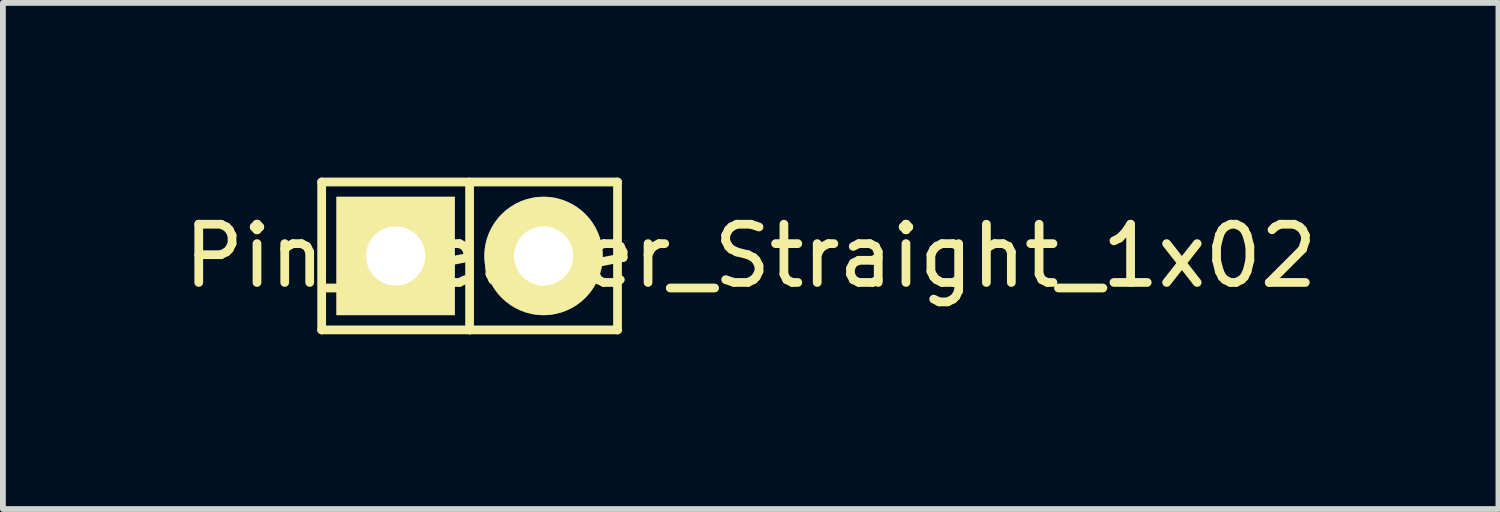
<source format=kicad_pcb>
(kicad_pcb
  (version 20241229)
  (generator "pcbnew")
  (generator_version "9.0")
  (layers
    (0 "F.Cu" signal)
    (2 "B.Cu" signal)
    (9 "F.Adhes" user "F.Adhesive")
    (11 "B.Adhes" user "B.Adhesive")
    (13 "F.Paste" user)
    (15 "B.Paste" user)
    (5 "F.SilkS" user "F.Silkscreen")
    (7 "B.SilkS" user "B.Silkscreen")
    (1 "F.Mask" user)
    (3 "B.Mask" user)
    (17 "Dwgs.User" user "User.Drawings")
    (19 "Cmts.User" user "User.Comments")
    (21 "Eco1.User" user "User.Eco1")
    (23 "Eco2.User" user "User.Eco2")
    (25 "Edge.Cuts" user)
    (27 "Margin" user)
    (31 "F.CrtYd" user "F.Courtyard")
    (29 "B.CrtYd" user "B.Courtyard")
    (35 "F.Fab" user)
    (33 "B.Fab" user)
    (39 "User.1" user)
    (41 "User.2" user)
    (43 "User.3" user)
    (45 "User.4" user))
  (footprint "Pin_Header_Straight_1x02"
    (layer "F.Cu")
    (at 5.013 1.345)
    (property "Reference" "Pin_Header_Straight_1x02" (at 4.826 0 0) (layer "F.SilkS") (effects (font (size 1 1) (thickness 0.15))))
    (attr through_hole)
    (fp_line (start -2.54 -1.27) (end -2.54 1.27) (stroke (width 0.15) (type solid)) (layer "F.SilkS"))
    (fp_line (start -2.54 1.27) (end 0 1.27) (stroke (width 0.15) (type solid)) (layer "F.SilkS"))
    (fp_line (start 0 -1.27) (end 0 1.27) (stroke (width 0.15) (type solid)) (layer "F.SilkS"))
    (fp_line (start 0 1.27) (end 2.54 1.27) (stroke (width 0.15) (type solid)) (layer "F.SilkS"))
    (fp_line (start 2.54 -1.27) (end -2.54 -1.27) (stroke (width 0.15) (type solid)) (layer "F.SilkS"))
    (fp_line (start 2.54 1.27) (end 2.54 -1.27) (stroke (width 0.15) (type solid)) (layer "F.SilkS"))
    (pad "1" thru_hole rect (at -1.27 0) (size 2.032 2.032) (drill 1.016) (layers "*.Cu" "*.Mask" "F.SilkS"))
    (pad "2" thru_hole oval (at 1.27 0) (size 2.032 2.032) (drill 1.016) (layers "*.Cu" "*.Mask" "F.SilkS")))
  (gr_rect
    (start -3 -3)
    (end 22.679 5.69)
    (stroke (width 0.1) (type default))
    (fill no)
    (layer "Edge.Cuts")))
</source>
